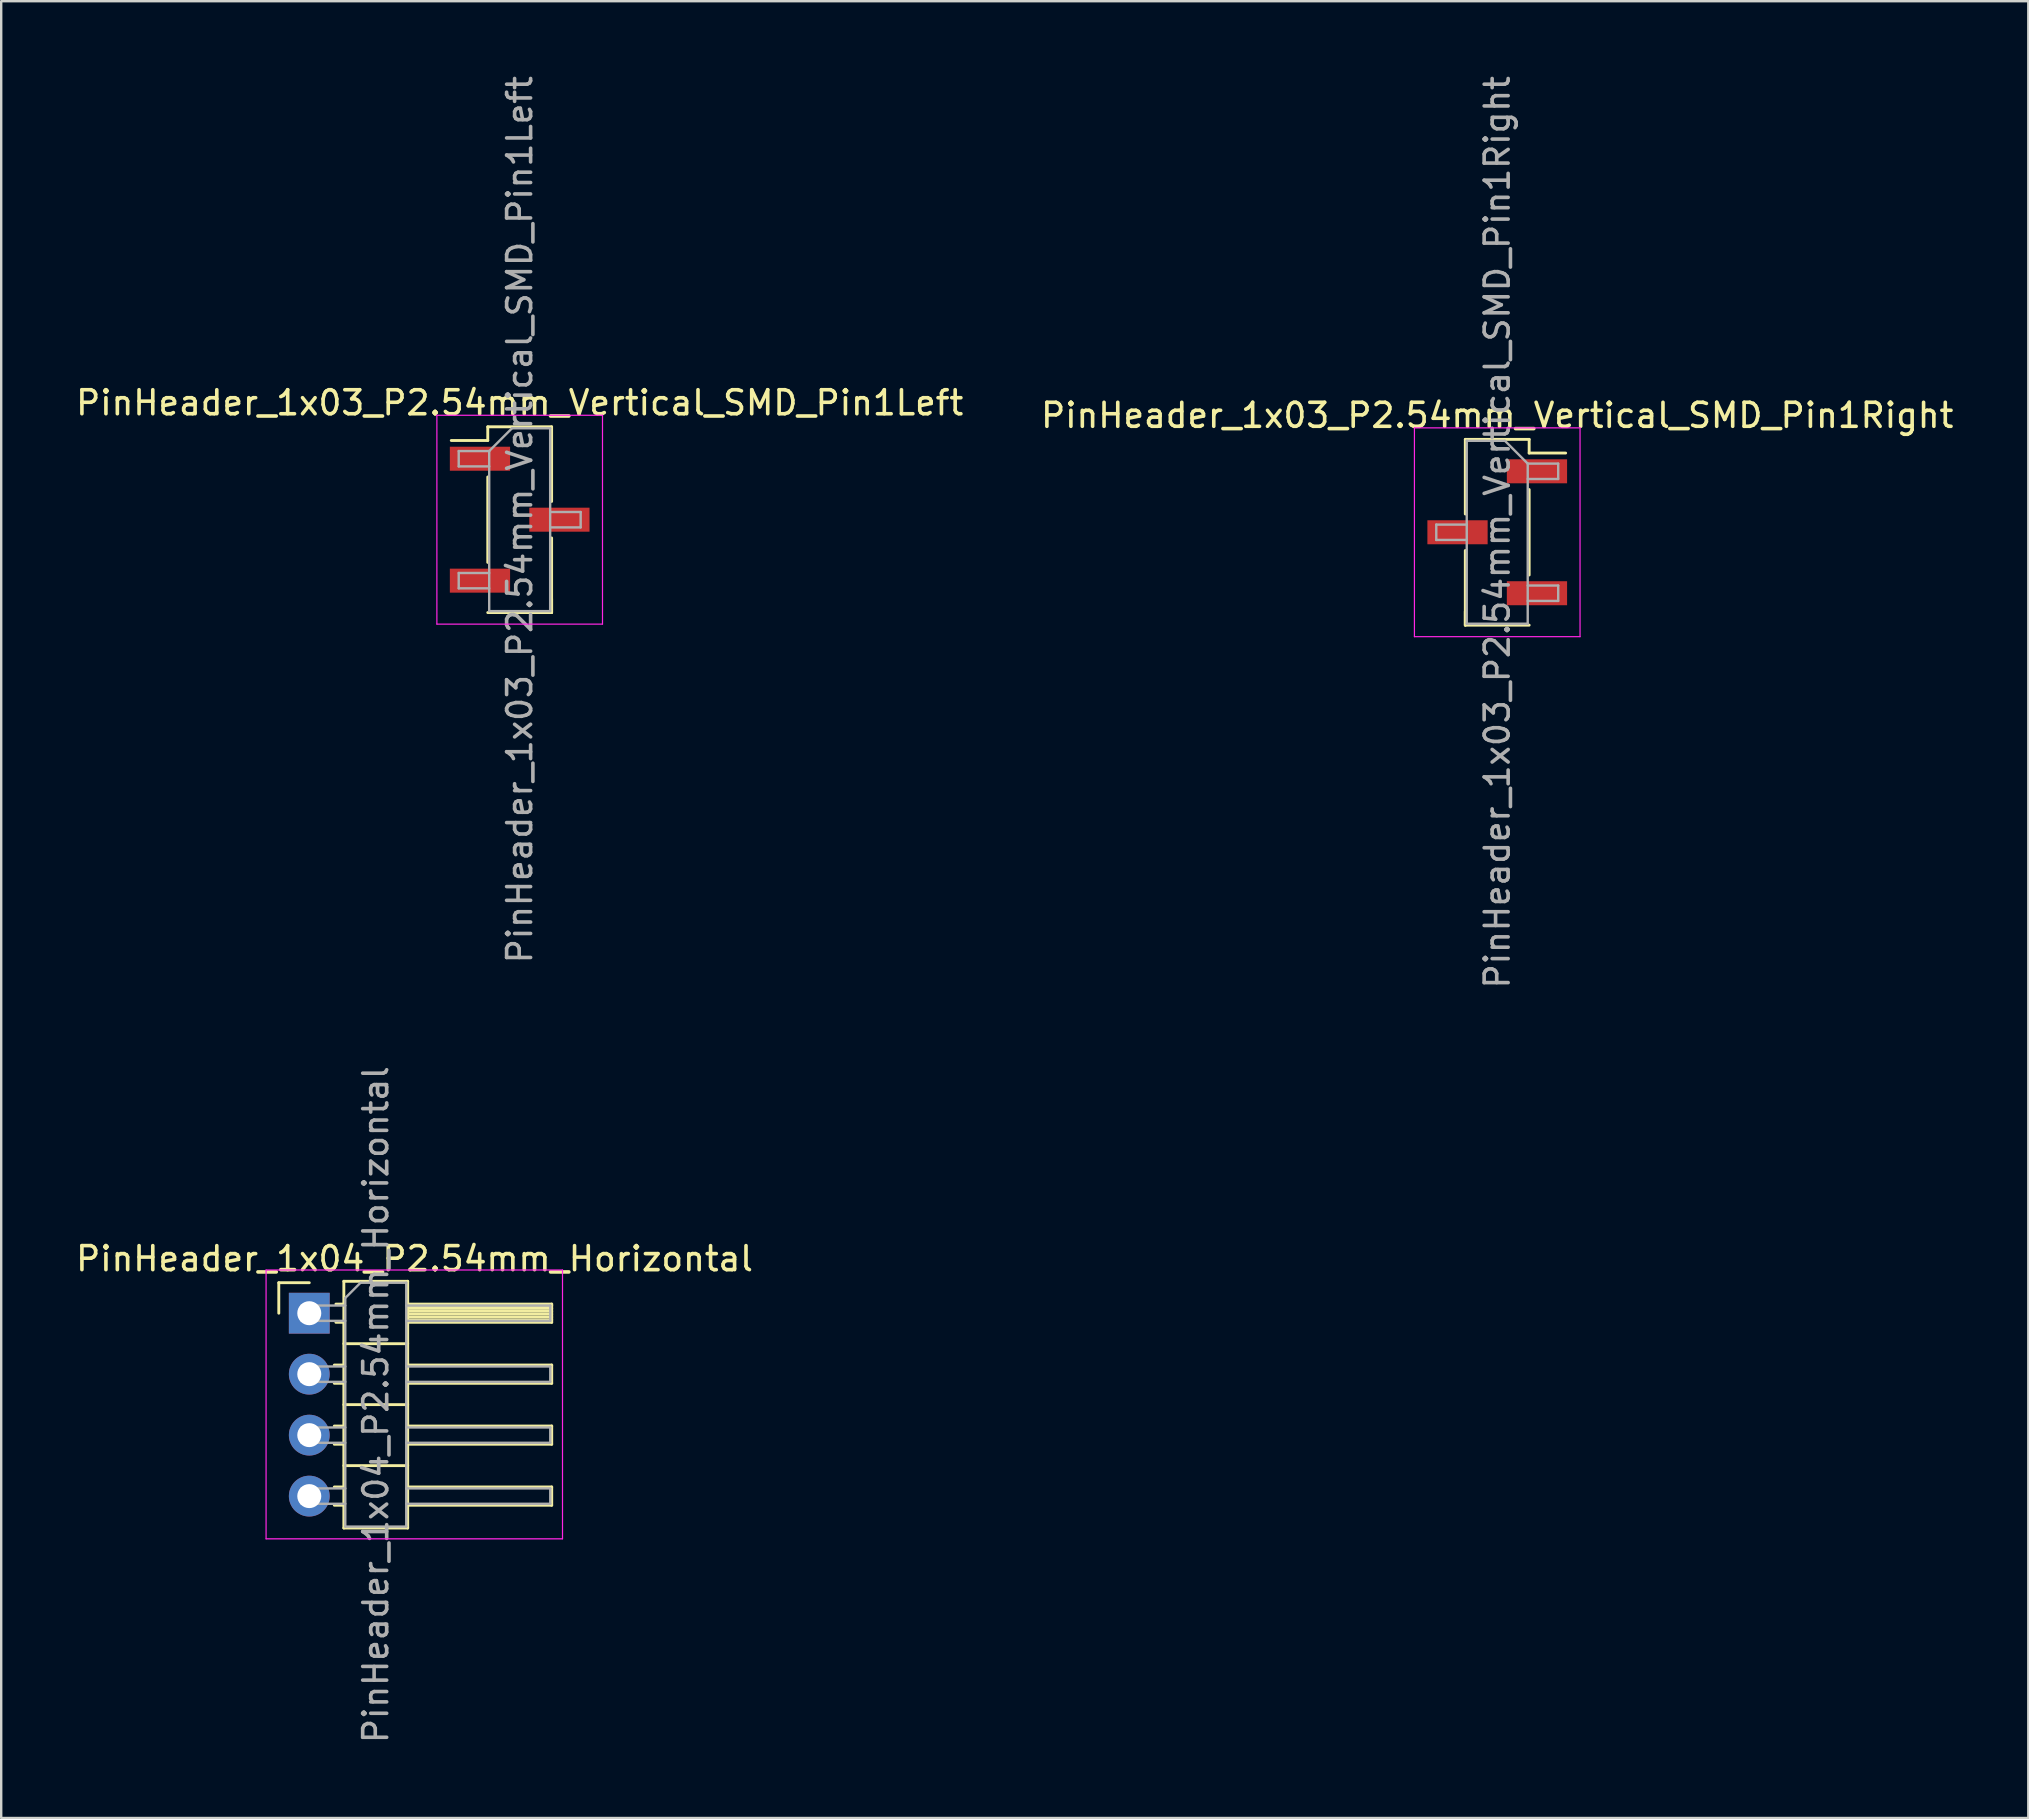
<source format=kicad_pcb>
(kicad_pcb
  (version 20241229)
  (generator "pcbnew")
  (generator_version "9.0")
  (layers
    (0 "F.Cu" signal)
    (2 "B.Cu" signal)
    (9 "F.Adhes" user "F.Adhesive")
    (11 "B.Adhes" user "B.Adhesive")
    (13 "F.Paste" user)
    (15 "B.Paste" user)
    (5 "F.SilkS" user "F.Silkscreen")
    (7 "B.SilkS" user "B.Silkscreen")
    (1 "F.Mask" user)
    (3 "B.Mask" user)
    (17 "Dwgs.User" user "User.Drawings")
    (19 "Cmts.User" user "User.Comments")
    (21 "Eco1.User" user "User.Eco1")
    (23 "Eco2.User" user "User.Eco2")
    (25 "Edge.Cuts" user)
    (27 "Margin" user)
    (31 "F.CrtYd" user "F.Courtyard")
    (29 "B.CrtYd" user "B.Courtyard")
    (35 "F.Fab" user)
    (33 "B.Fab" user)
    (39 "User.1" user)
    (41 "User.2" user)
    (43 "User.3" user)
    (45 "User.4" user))
  (footprint "PinHeader_1x03_P2.54mm_Vertical_SMD_Pin1Right"
    (layer "F.Cu")
    (at 59.327 19.125)
    (property "Reference" "PinHeader_1x03_P2.54mm_Vertical_SMD_Pin1Right" (at 0 -4.87 0) (layer "F.SilkS") (effects (font (size 1 1) (thickness 0.15))))
    (attr smd)
    (fp_line (start -1.33 -3.87) (end -1.33 -0.76) (stroke (width 0.12) (type solid)) (layer "F.SilkS"))
    (fp_line (start -1.33 -3.87) (end 1.33 -3.87) (stroke (width 0.12) (type solid)) (layer "F.SilkS"))
    (fp_line (start -1.33 0.76) (end -1.33 3.87) (stroke (width 0.12) (type solid)) (layer "F.SilkS"))
    (fp_line (start -1.33 3.3) (end -1.33 3.87) (stroke (width 0.12) (type solid)) (layer "F.SilkS"))
    (fp_line (start -1.33 3.87) (end 1.33 3.87) (stroke (width 0.12) (type solid)) (layer "F.SilkS"))
    (fp_line (start 1.33 -3.87) (end 1.33 -3.3) (stroke (width 0.12) (type solid)) (layer "F.SilkS"))
    (fp_line (start 1.33 -3.3) (end 2.85 -3.3) (stroke (width 0.12) (type solid)) (layer "F.SilkS"))
    (fp_line (start 1.33 -1.78) (end 1.33 1.78) (stroke (width 0.12) (type solid)) (layer "F.SilkS"))
    (fp_line (start -3.45 -4.35) (end -3.45 4.35) (stroke (width 0.05) (type solid)) (layer "F.CrtYd"))
    (fp_line (start -3.45 4.35) (end 3.45 4.35) (stroke (width 0.05) (type solid)) (layer "F.CrtYd"))
    (fp_line (start 3.45 -4.35) (end -3.45 -4.35) (stroke (width 0.05) (type solid)) (layer "F.CrtYd"))
    (fp_line (start 3.45 4.35) (end 3.45 -4.35) (stroke (width 0.05) (type solid)) (layer "F.CrtYd"))
    (fp_line (start -2.54 -0.32) (end -2.54 0.32) (stroke (width 0.1) (type solid)) (layer "F.Fab"))
    (fp_line (start -2.54 0.32) (end -1.27 0.32) (stroke (width 0.1) (type solid)) (layer "F.Fab"))
    (fp_line (start -1.27 -3.81) (end -1.27 3.81) (stroke (width 0.1) (type solid)) (layer "F.Fab"))
    (fp_line (start -1.27 -3.81) (end 0.32 -3.81) (stroke (width 0.1) (type solid)) (layer "F.Fab"))
    (fp_line (start -1.27 -0.32) (end -2.54 -0.32) (stroke (width 0.1) (type solid)) (layer "F.Fab"))
    (fp_line (start 1.27 -2.86) (end 0.32 -3.81) (stroke (width 0.1) (type solid)) (layer "F.Fab"))
    (fp_line (start 1.27 -2.86) (end 2.54 -2.86) (stroke (width 0.1) (type solid)) (layer "F.Fab"))
    (fp_line (start 1.27 2.22) (end 2.54 2.22) (stroke (width 0.1) (type solid)) (layer "F.Fab"))
    (fp_line (start 1.27 3.81) (end -1.27 3.81) (stroke (width 0.1) (type solid)) (layer "F.Fab"))
    (fp_line (start 1.27 3.81) (end 1.27 -2.86) (stroke (width 0.1) (type solid)) (layer "F.Fab"))
    (fp_line (start 2.54 -2.86) (end 2.54 -2.22) (stroke (width 0.1) (type solid)) (layer "F.Fab"))
    (fp_line (start 2.54 -2.22) (end 1.27 -2.22) (stroke (width 0.1) (type solid)) (layer "F.Fab"))
    (fp_line (start 2.54 2.22) (end 2.54 2.86) (stroke (width 0.1) (type solid)) (layer "F.Fab"))
    (fp_line (start 2.54 2.86) (end 1.27 2.86) (stroke (width 0.1) (type solid)) (layer "F.Fab"))
    (fp_text user "${REFERENCE}" (at 0 0 90) (layer "F.Fab") (effects (font (size 1 1) (thickness 0.15))))
    (pad "1" smd rect (at 1.655 -2.54) (size 2.51 1) (layers "F.Cu" "F.Mask" "F.Paste"))
    (pad "2" smd rect (at -1.655 0) (size 2.51 1) (layers "F.Cu" "F.Mask" "F.Paste"))
    (pad "3" smd rect (at 1.655 2.54) (size 2.51 1) (layers "F.Cu" "F.Mask" "F.Paste")))
  (footprint "PinHeader_1x04_P2.54mm_Horizontal"
    (layer "F.Cu")
    (at 9.835 51.66)
    (property "Reference" "PinHeader_1x04_P2.54mm_Horizontal" (at 4.385 -2.27 0) (layer "F.SilkS") (effects (font (size 1 1) (thickness 0.15))))
    (attr through_hole)
    (fp_line (start -1.27 -1.27) (end 0 -1.27) (stroke (width 0.12) (type solid)) (layer "F.SilkS"))
    (fp_line (start -1.27 0) (end -1.27 -1.27) (stroke (width 0.12) (type solid)) (layer "F.SilkS"))
    (fp_line (start 1.043 2.16) (end 1.44 2.16) (stroke (width 0.12) (type solid)) (layer "F.SilkS"))
    (fp_line (start 1.043 2.92) (end 1.44 2.92) (stroke (width 0.12) (type solid)) (layer "F.SilkS"))
    (fp_line (start 1.043 4.7) (end 1.44 4.7) (stroke (width 0.12) (type solid)) (layer "F.SilkS"))
    (fp_line (start 1.043 5.46) (end 1.44 5.46) (stroke (width 0.12) (type solid)) (layer "F.SilkS"))
    (fp_line (start 1.043 7.24) (end 1.44 7.24) (stroke (width 0.12) (type solid)) (layer "F.SilkS"))
    (fp_line (start 1.043 8) (end 1.44 8) (stroke (width 0.12) (type solid)) (layer "F.SilkS"))
    (fp_line (start 1.11 -0.38) (end 1.44 -0.38) (stroke (width 0.12) (type solid)) (layer "F.SilkS"))
    (fp_line (start 1.11 0.38) (end 1.44 0.38) (stroke (width 0.12) (type solid)) (layer "F.SilkS"))
    (fp_line (start 1.44 -1.33) (end 1.44 8.95) (stroke (width 0.12) (type solid)) (layer "F.SilkS"))
    (fp_line (start 1.44 1.27) (end 4.1 1.27) (stroke (width 0.12) (type solid)) (layer "F.SilkS"))
    (fp_line (start 1.44 3.81) (end 4.1 3.81) (stroke (width 0.12) (type solid)) (layer "F.SilkS"))
    (fp_line (start 1.44 6.35) (end 4.1 6.35) (stroke (width 0.12) (type solid)) (layer "F.SilkS"))
    (fp_line (start 1.44 8.95) (end 4.1 8.95) (stroke (width 0.12) (type solid)) (layer "F.SilkS"))
    (fp_line (start 4.1 -1.33) (end 1.44 -1.33) (stroke (width 0.12) (type solid)) (layer "F.SilkS"))
    (fp_line (start 4.1 -0.38) (end 10.1 -0.38) (stroke (width 0.12) (type solid)) (layer "F.SilkS"))
    (fp_line (start 4.1 -0.32) (end 10.1 -0.32) (stroke (width 0.12) (type solid)) (layer "F.SilkS"))
    (fp_line (start 4.1 -0.2) (end 10.1 -0.2) (stroke (width 0.12) (type solid)) (layer "F.SilkS"))
    (fp_line (start 4.1 -0.08) (end 10.1 -0.08) (stroke (width 0.12) (type solid)) (layer "F.SilkS"))
    (fp_line (start 4.1 0.04) (end 10.1 0.04) (stroke (width 0.12) (type solid)) (layer "F.SilkS"))
    (fp_line (start 4.1 0.16) (end 10.1 0.16) (stroke (width 0.12) (type solid)) (layer "F.SilkS"))
    (fp_line (start 4.1 0.28) (end 10.1 0.28) (stroke (width 0.12) (type solid)) (layer "F.SilkS"))
    (fp_line (start 4.1 2.16) (end 10.1 2.16) (stroke (width 0.12) (type solid)) (layer "F.SilkS"))
    (fp_line (start 4.1 4.7) (end 10.1 4.7) (stroke (width 0.12) (type solid)) (layer "F.SilkS"))
    (fp_line (start 4.1 7.24) (end 10.1 7.24) (stroke (width 0.12) (type solid)) (layer "F.SilkS"))
    (fp_line (start 4.1 8.95) (end 4.1 -1.33) (stroke (width 0.12) (type solid)) (layer "F.SilkS"))
    (fp_line (start 10.1 -0.38) (end 10.1 0.38) (stroke (width 0.12) (type solid)) (layer "F.SilkS"))
    (fp_line (start 10.1 0.38) (end 4.1 0.38) (stroke (width 0.12) (type solid)) (layer "F.SilkS"))
    (fp_line (start 10.1 2.16) (end 10.1 2.92) (stroke (width 0.12) (type solid)) (layer "F.SilkS"))
    (fp_line (start 10.1 2.92) (end 4.1 2.92) (stroke (width 0.12) (type solid)) (layer "F.SilkS"))
    (fp_line (start 10.1 4.7) (end 10.1 5.46) (stroke (width 0.12) (type solid)) (layer "F.SilkS"))
    (fp_line (start 10.1 5.46) (end 4.1 5.46) (stroke (width 0.12) (type solid)) (layer "F.SilkS"))
    (fp_line (start 10.1 7.24) (end 10.1 8) (stroke (width 0.12) (type solid)) (layer "F.SilkS"))
    (fp_line (start 10.1 8) (end 4.1 8) (stroke (width 0.12) (type solid)) (layer "F.SilkS"))
    (fp_line (start -1.8 -1.8) (end -1.8 9.4) (stroke (width 0.05) (type solid)) (layer "F.CrtYd"))
    (fp_line (start -1.8 9.4) (end 10.55 9.4) (stroke (width 0.05) (type solid)) (layer "F.CrtYd"))
    (fp_line (start 10.55 -1.8) (end -1.8 -1.8) (stroke (width 0.05) (type solid)) (layer "F.CrtYd"))
    (fp_line (start 10.55 9.4) (end 10.55 -1.8) (stroke (width 0.05) (type solid)) (layer "F.CrtYd"))
    (fp_line (start -0.32 -0.32) (end -0.32 0.32) (stroke (width 0.1) (type solid)) (layer "F.Fab"))
    (fp_line (start -0.32 -0.32) (end 1.5 -0.32) (stroke (width 0.1) (type solid)) (layer "F.Fab"))
    (fp_line (start -0.32 0.32) (end 1.5 0.32) (stroke (width 0.1) (type solid)) (layer "F.Fab"))
    (fp_line (start -0.32 2.22) (end -0.32 2.86) (stroke (width 0.1) (type solid)) (layer "F.Fab"))
    (fp_line (start -0.32 2.22) (end 1.5 2.22) (stroke (width 0.1) (type solid)) (layer "F.Fab"))
    (fp_line (start -0.32 2.86) (end 1.5 2.86) (stroke (width 0.1) (type solid)) (layer "F.Fab"))
    (fp_line (start -0.32 4.76) (end -0.32 5.4) (stroke (width 0.1) (type solid)) (layer "F.Fab"))
    (fp_line (start -0.32 4.76) (end 1.5 4.76) (stroke (width 0.1) (type solid)) (layer "F.Fab"))
    (fp_line (start -0.32 5.4) (end 1.5 5.4) (stroke (width 0.1) (type solid)) (layer "F.Fab"))
    (fp_line (start -0.32 7.3) (end -0.32 7.94) (stroke (width 0.1) (type solid)) (layer "F.Fab"))
    (fp_line (start -0.32 7.3) (end 1.5 7.3) (stroke (width 0.1) (type solid)) (layer "F.Fab"))
    (fp_line (start -0.32 7.94) (end 1.5 7.94) (stroke (width 0.1) (type solid)) (layer "F.Fab"))
    (fp_line (start 1.5 -0.635) (end 2.135 -1.27) (stroke (width 0.1) (type solid)) (layer "F.Fab"))
    (fp_line (start 1.5 8.89) (end 1.5 -0.635) (stroke (width 0.1) (type solid)) (layer "F.Fab"))
    (fp_line (start 2.135 -1.27) (end 4.04 -1.27) (stroke (width 0.1) (type solid)) (layer "F.Fab"))
    (fp_line (start 4.04 -1.27) (end 4.04 8.89) (stroke (width 0.1) (type solid)) (layer "F.Fab"))
    (fp_line (start 4.04 -0.32) (end 10.04 -0.32) (stroke (width 0.1) (type solid)) (layer "F.Fab"))
    (fp_line (start 4.04 0.32) (end 10.04 0.32) (stroke (width 0.1) (type solid)) (layer "F.Fab"))
    (fp_line (start 4.04 2.22) (end 10.04 2.22) (stroke (width 0.1) (type solid)) (layer "F.Fab"))
    (fp_line (start 4.04 2.86) (end 10.04 2.86) (stroke (width 0.1) (type solid)) (layer "F.Fab"))
    (fp_line (start 4.04 4.76) (end 10.04 4.76) (stroke (width 0.1) (type solid)) (layer "F.Fab"))
    (fp_line (start 4.04 5.4) (end 10.04 5.4) (stroke (width 0.1) (type solid)) (layer "F.Fab"))
    (fp_line (start 4.04 7.3) (end 10.04 7.3) (stroke (width 0.1) (type solid)) (layer "F.Fab"))
    (fp_line (start 4.04 7.94) (end 10.04 7.94) (stroke (width 0.1) (type solid)) (layer "F.Fab"))
    (fp_line (start 4.04 8.89) (end 1.5 8.89) (stroke (width 0.1) (type solid)) (layer "F.Fab"))
    (fp_line (start 10.04 -0.32) (end 10.04 0.32) (stroke (width 0.1) (type solid)) (layer "F.Fab"))
    (fp_line (start 10.04 2.22) (end 10.04 2.86) (stroke (width 0.1) (type solid)) (layer "F.Fab"))
    (fp_line (start 10.04 4.76) (end 10.04 5.4) (stroke (width 0.1) (type solid)) (layer "F.Fab"))
    (fp_line (start 10.04 7.3) (end 10.04 7.94) (stroke (width 0.1) (type solid)) (layer "F.Fab"))
    (fp_text user "${REFERENCE}" (at 2.77 3.81 90) (layer "F.Fab") (effects (font (size 1 1) (thickness 0.15))))
    (pad "1" thru_hole rect (at 0 0) (size 1.7 1.7) (drill 1) (layers "*.Cu" "*.Mask"))
    (pad "2" thru_hole oval (at 0 2.54) (size 1.7 1.7) (drill 1) (layers "*.Cu" "*.Mask"))
    (pad "3" thru_hole oval (at 0 5.08) (size 1.7 1.7) (drill 1) (layers "*.Cu" "*.Mask"))
    (pad "4" thru_hole oval (at 0 7.62) (size 1.7 1.7) (drill 1) (layers "*.Cu" "*.Mask")))
  (footprint "PinHeader_1x03_P2.54mm_Vertical_SMD_Pin1Left"
    (layer "F.Cu")
    (at 18.601 18.601)
    (property "Reference" "PinHeader_1x03_P2.54mm_Vertical_SMD_Pin1Left" (at 0 -4.87 0) (layer "F.SilkS") (effects (font (size 1 1) (thickness 0.15))))
    (attr smd)
    (fp_line (start -1.33 -3.87) (end -1.33 -3.3) (stroke (width 0.12) (type solid)) (layer "F.SilkS"))
    (fp_line (start -1.33 -3.87) (end 1.33 -3.87) (stroke (width 0.12) (type solid)) (layer "F.SilkS"))
    (fp_line (start -1.33 -3.3) (end -2.85 -3.3) (stroke (width 0.12) (type solid)) (layer "F.SilkS"))
    (fp_line (start -1.33 -1.78) (end -1.33 1.78) (stroke (width 0.12) (type solid)) (layer "F.SilkS"))
    (fp_line (start -1.33 3.87) (end 1.33 3.87) (stroke (width 0.12) (type solid)) (layer "F.SilkS"))
    (fp_line (start 1.33 -3.87) (end 1.33 -0.76) (stroke (width 0.12) (type solid)) (layer "F.SilkS"))
    (fp_line (start 1.33 0.76) (end 1.33 3.87) (stroke (width 0.12) (type solid)) (layer "F.SilkS"))
    (fp_line (start 1.33 3.3) (end 1.33 3.87) (stroke (width 0.12) (type solid)) (layer "F.SilkS"))
    (fp_line (start -3.45 -4.35) (end -3.45 4.35) (stroke (width 0.05) (type solid)) (layer "F.CrtYd"))
    (fp_line (start -3.45 4.35) (end 3.45 4.35) (stroke (width 0.05) (type solid)) (layer "F.CrtYd"))
    (fp_line (start 3.45 -4.35) (end -3.45 -4.35) (stroke (width 0.05) (type solid)) (layer "F.CrtYd"))
    (fp_line (start 3.45 4.35) (end 3.45 -4.35) (stroke (width 0.05) (type solid)) (layer "F.CrtYd"))
    (fp_line (start -2.54 -2.86) (end -2.54 -2.22) (stroke (width 0.1) (type solid)) (layer "F.Fab"))
    (fp_line (start -2.54 -2.22) (end -1.27 -2.22) (stroke (width 0.1) (type solid)) (layer "F.Fab"))
    (fp_line (start -2.54 2.22) (end -2.54 2.86) (stroke (width 0.1) (type solid)) (layer "F.Fab"))
    (fp_line (start -2.54 2.86) (end -1.27 2.86) (stroke (width 0.1) (type solid)) (layer "F.Fab"))
    (fp_line (start -1.27 -2.86) (end -2.54 -2.86) (stroke (width 0.1) (type solid)) (layer "F.Fab"))
    (fp_line (start -1.27 -2.86) (end -0.32 -3.81) (stroke (width 0.1) (type solid)) (layer "F.Fab"))
    (fp_line (start -1.27 2.22) (end -2.54 2.22) (stroke (width 0.1) (type solid)) (layer "F.Fab"))
    (fp_line (start -1.27 3.81) (end -1.27 -2.86) (stroke (width 0.1) (type solid)) (layer "F.Fab"))
    (fp_line (start -0.32 -3.81) (end 1.27 -3.81) (stroke (width 0.1) (type solid)) (layer "F.Fab"))
    (fp_line (start 1.27 -3.81) (end 1.27 3.81) (stroke (width 0.1) (type solid)) (layer "F.Fab"))
    (fp_line (start 1.27 -0.32) (end 2.54 -0.32) (stroke (width 0.1) (type solid)) (layer "F.Fab"))
    (fp_line (start 1.27 3.81) (end -1.27 3.81) (stroke (width 0.1) (type solid)) (layer "F.Fab"))
    (fp_line (start 2.54 -0.32) (end 2.54 0.32) (stroke (width 0.1) (type solid)) (layer "F.Fab"))
    (fp_line (start 2.54 0.32) (end 1.27 0.32) (stroke (width 0.1) (type solid)) (layer "F.Fab"))
    (fp_text user "${REFERENCE}" (at 0 0 90) (layer "F.Fab") (effects (font (size 1 1) (thickness 0.15))))
    (pad "1" smd rect (at -1.655 -2.54) (size 2.51 1) (layers "F.Cu" "F.Mask" "F.Paste"))
    (pad "2" smd rect (at 1.655 0) (size 2.51 1) (layers "F.Cu" "F.Mask" "F.Paste"))
    (pad "3" smd rect (at -1.655 2.54) (size 2.51 1) (layers "F.Cu" "F.Mask" "F.Paste")))
  (gr_rect
    (start -3 -3)
    (end 81.452 72.69)
    (stroke (width 0.1) (type default))
    (fill no)
    (layer "Edge.Cuts")))
</source>
